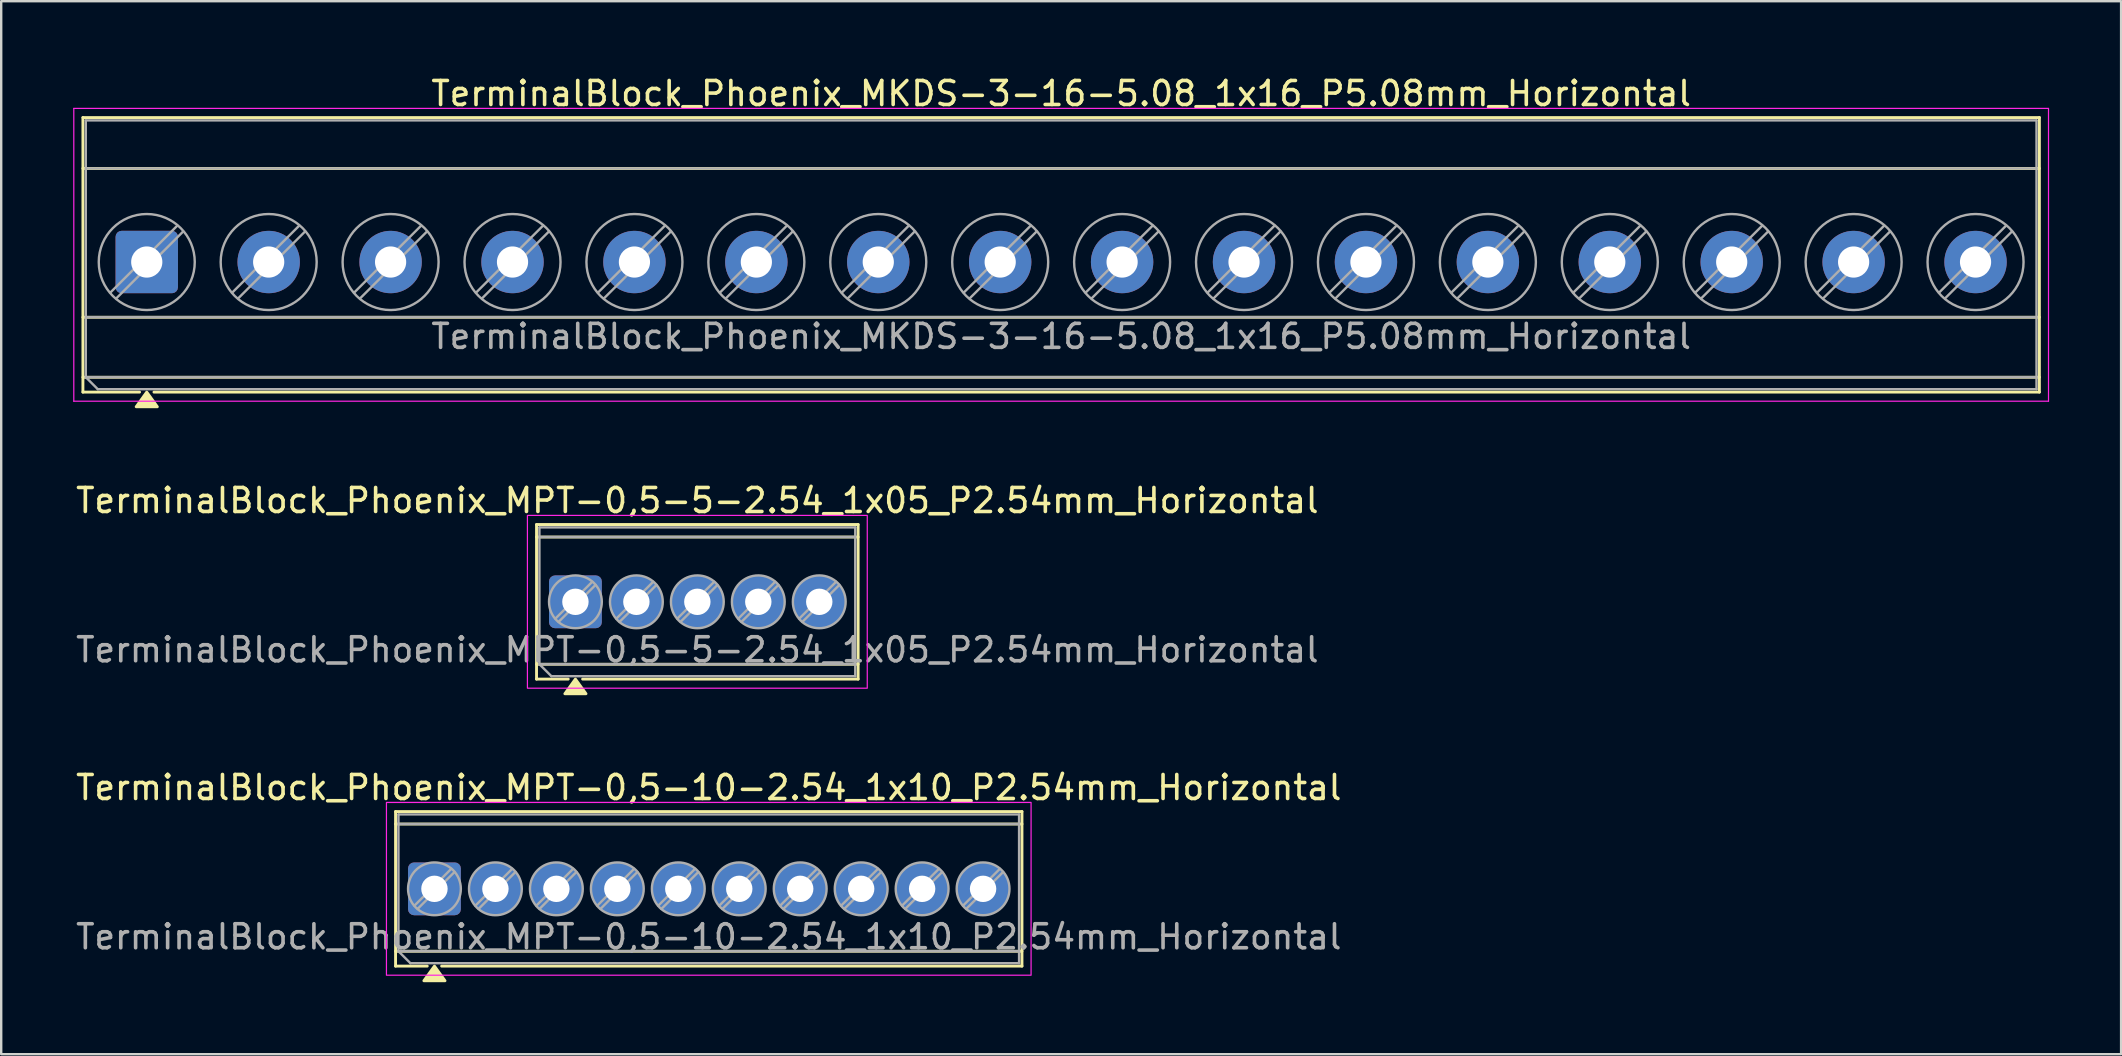
<source format=kicad_pcb>
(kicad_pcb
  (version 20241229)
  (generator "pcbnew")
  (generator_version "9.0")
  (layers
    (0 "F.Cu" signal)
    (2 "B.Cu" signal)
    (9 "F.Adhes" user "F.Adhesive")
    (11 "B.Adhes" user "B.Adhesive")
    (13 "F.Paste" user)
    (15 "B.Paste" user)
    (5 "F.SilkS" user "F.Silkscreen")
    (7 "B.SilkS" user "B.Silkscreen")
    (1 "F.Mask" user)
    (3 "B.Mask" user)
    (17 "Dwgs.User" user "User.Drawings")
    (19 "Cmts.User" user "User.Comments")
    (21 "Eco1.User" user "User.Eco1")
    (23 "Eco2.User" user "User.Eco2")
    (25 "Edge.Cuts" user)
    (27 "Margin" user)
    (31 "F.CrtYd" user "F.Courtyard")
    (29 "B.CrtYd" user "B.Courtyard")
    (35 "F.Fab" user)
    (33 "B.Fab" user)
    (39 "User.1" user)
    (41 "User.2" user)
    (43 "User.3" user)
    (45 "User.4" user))
  (footprint "TerminalBlock_Phoenix_MPT-0,5-5-2.54_1x05_P2.54mm_Horizontal"
    (layer "F.Cu")
    (at 20.926 22.026)
    (property "Reference" "TerminalBlock_Phoenix_MPT-0,5-5-2.54_1x05_P2.54mm_Horizontal" (at 5.08 -4.22 0) (layer "F.SilkS") (effects (font (size 1 1) (thickness 0.15))))
    (attr through_hole)
    (fp_line (start -1.62 -3.22) (end 11.78 -3.22) (stroke (width 0.12) (type solid)) (layer "F.SilkS"))
    (fp_line (start -1.62 -2.7) (end 11.78 -2.7) (stroke (width 0.12) (type solid)) (layer "F.SilkS"))
    (fp_line (start -1.62 2.6) (end 11.78 2.6) (stroke (width 0.12) (type solid)) (layer "F.SilkS"))
    (fp_line (start -1.62 3.22) (end -1.62 -3.22) (stroke (width 0.12) (type solid)) (layer "F.SilkS"))
    (fp_line (start -0.3 3.22) (end -1.62 3.22) (stroke (width 0.12) (type solid)) (layer "F.SilkS"))
    (fp_line (start 11.78 -3.22) (end 11.78 3.22) (stroke (width 0.12) (type solid)) (layer "F.SilkS"))
    (fp_line (start 11.78 3.22) (end 0.3 3.22) (stroke (width 0.12) (type solid)) (layer "F.SilkS"))
    (fp_poly (pts (xy 0 3.22) (xy 0.44 3.83) (xy -0.44 3.83)) (stroke (width 0.12) (type solid)) (fill yes) (layer "F.SilkS"))
    (fp_rect (start -2 -3.6) (end 12.16 3.6) (stroke (width 0.05) (type solid)) (fill no) (layer "F.CrtYd"))
    (fp_line (start -1.5 -3.1) (end 11.66 -3.1) (stroke (width 0.1) (type solid)) (layer "F.Fab"))
    (fp_line (start -1.5 -2.7) (end 11.66 -2.7) (stroke (width 0.1) (type solid)) (layer "F.Fab"))
    (fp_line (start -1.5 2.6) (end -1.5 -3.1) (stroke (width 0.1) (type solid)) (layer "F.Fab"))
    (fp_line (start -1.5 2.6) (end 11.66 2.6) (stroke (width 0.1) (type solid)) (layer "F.Fab"))
    (fp_line (start -1 3.1) (end -1.5 2.6) (stroke (width 0.1) (type solid)) (layer "F.Fab"))
    (fp_line (start 0.7 -0.834) (end -0.834 0.7) (stroke (width 0.1) (type solid)) (layer "F.Fab"))
    (fp_line (start 0.834 -0.7) (end -0.7 0.834) (stroke (width 0.1) (type solid)) (layer "F.Fab"))
    (fp_line (start 3.24 -0.834) (end 1.706 0.7) (stroke (width 0.1) (type solid)) (layer "F.Fab"))
    (fp_line (start 3.374 -0.7) (end 1.84 0.834) (stroke (width 0.1) (type solid)) (layer "F.Fab"))
    (fp_line (start 5.78 -0.834) (end 4.246 0.7) (stroke (width 0.1) (type solid)) (layer "F.Fab"))
    (fp_line (start 5.914 -0.7) (end 4.38 0.834) (stroke (width 0.1) (type solid)) (layer "F.Fab"))
    (fp_line (start 8.32 -0.834) (end 6.786 0.7) (stroke (width 0.1) (type solid)) (layer "F.Fab"))
    (fp_line (start 8.454 -0.7) (end 6.92 0.834) (stroke (width 0.1) (type solid)) (layer "F.Fab"))
    (fp_line (start 10.86 -0.834) (end 9.326 0.7) (stroke (width 0.1) (type solid)) (layer "F.Fab"))
    (fp_line (start 10.994 -0.7) (end 9.46 0.834) (stroke (width 0.1) (type solid)) (layer "F.Fab"))
    (fp_line (start 11.66 -3.1) (end 11.66 3.1) (stroke (width 0.1) (type solid)) (layer "F.Fab"))
    (fp_line (start 11.66 3.1) (end -1 3.1) (stroke (width 0.1) (type solid)) (layer "F.Fab"))
    (fp_circle (center 0 0) (end 1.1 0) (stroke (width 0.1) (type solid)) (fill no) (layer "F.Fab"))
    (fp_circle (center 2.54 0) (end 3.64 0) (stroke (width 0.1) (type solid)) (fill no) (layer "F.Fab"))
    (fp_circle (center 5.08 0) (end 6.18 0) (stroke (width 0.1) (type solid)) (fill no) (layer "F.Fab"))
    (fp_circle (center 7.62 0) (end 8.72 0) (stroke (width 0.1) (type solid)) (fill no) (layer "F.Fab"))
    (fp_circle (center 10.16 0) (end 11.26 0) (stroke (width 0.1) (type solid)) (fill no) (layer "F.Fab"))
    (fp_text user "${REFERENCE}" (at 5.08 2 0) (layer "F.Fab") (effects (font (size 1 1) (thickness 0.15))))
    (pad "1" thru_hole roundrect (at 0 0) (size 2.2 2.2) (drill 1.1) (layers "*.Cu" "*.Mask") (roundrect_rratio 0.114))
    (pad "2" thru_hole circle (at 2.54 0) (size 2.2 2.2) (drill 1.1) (layers "*.Cu" "*.Mask"))
    (pad "3" thru_hole circle (at 5.08 0) (size 2.2 2.2) (drill 1.1) (layers "*.Cu" "*.Mask"))
    (pad "4" thru_hole circle (at 7.62 0) (size 2.2 2.2) (drill 1.1) (layers "*.Cu" "*.Mask"))
    (pad "5" thru_hole circle (at 10.16 0) (size 2.2 2.2) (drill 1.1) (layers "*.Cu" "*.Mask")))
  (footprint "TerminalBlock_Phoenix_MPT-0,5-10-2.54_1x10_P2.54mm_Horizontal"
    (layer "F.Cu")
    (at 15.052 33.985)
    (property "Reference" "TerminalBlock_Phoenix_MPT-0,5-10-2.54_1x10_P2.54mm_Horizontal" (at 11.43 -4.22 0) (layer "F.SilkS") (effects (font (size 1 1) (thickness 0.15))))
    (attr through_hole)
    (fp_line (start -1.62 -3.22) (end 24.48 -3.22) (stroke (width 0.12) (type solid)) (layer "F.SilkS"))
    (fp_line (start -1.62 -2.7) (end 24.48 -2.7) (stroke (width 0.12) (type solid)) (layer "F.SilkS"))
    (fp_line (start -1.62 2.6) (end 24.48 2.6) (stroke (width 0.12) (type solid)) (layer "F.SilkS"))
    (fp_line (start -1.62 3.22) (end -1.62 -3.22) (stroke (width 0.12) (type solid)) (layer "F.SilkS"))
    (fp_line (start -0.3 3.22) (end -1.62 3.22) (stroke (width 0.12) (type solid)) (layer "F.SilkS"))
    (fp_line (start 24.48 -3.22) (end 24.48 3.22) (stroke (width 0.12) (type solid)) (layer "F.SilkS"))
    (fp_line (start 24.48 3.22) (end 0.3 3.22) (stroke (width 0.12) (type solid)) (layer "F.SilkS"))
    (fp_poly (pts (xy 0 3.22) (xy 0.44 3.83) (xy -0.44 3.83)) (stroke (width 0.12) (type solid)) (fill yes) (layer "F.SilkS"))
    (fp_rect (start -2 -3.6) (end 24.86 3.6) (stroke (width 0.05) (type solid)) (fill no) (layer "F.CrtYd"))
    (fp_line (start -1.5 -3.1) (end 24.36 -3.1) (stroke (width 0.1) (type solid)) (layer "F.Fab"))
    (fp_line (start -1.5 -2.7) (end 24.36 -2.7) (stroke (width 0.1) (type solid)) (layer "F.Fab"))
    (fp_line (start -1.5 2.6) (end -1.5 -3.1) (stroke (width 0.1) (type solid)) (layer "F.Fab"))
    (fp_line (start -1.5 2.6) (end 24.36 2.6) (stroke (width 0.1) (type solid)) (layer "F.Fab"))
    (fp_line (start -1 3.1) (end -1.5 2.6) (stroke (width 0.1) (type solid)) (layer "F.Fab"))
    (fp_line (start 0.7 -0.834) (end -0.834 0.7) (stroke (width 0.1) (type solid)) (layer "F.Fab"))
    (fp_line (start 0.834 -0.7) (end -0.7 0.834) (stroke (width 0.1) (type solid)) (layer "F.Fab"))
    (fp_line (start 3.24 -0.834) (end 1.706 0.7) (stroke (width 0.1) (type solid)) (layer "F.Fab"))
    (fp_line (start 3.374 -0.7) (end 1.84 0.834) (stroke (width 0.1) (type solid)) (layer "F.Fab"))
    (fp_line (start 5.78 -0.834) (end 4.246 0.7) (stroke (width 0.1) (type solid)) (layer "F.Fab"))
    (fp_line (start 5.914 -0.7) (end 4.38 0.834) (stroke (width 0.1) (type solid)) (layer "F.Fab"))
    (fp_line (start 8.32 -0.834) (end 6.786 0.7) (stroke (width 0.1) (type solid)) (layer "F.Fab"))
    (fp_line (start 8.454 -0.7) (end 6.92 0.834) (stroke (width 0.1) (type solid)) (layer "F.Fab"))
    (fp_line (start 10.86 -0.834) (end 9.326 0.7) (stroke (width 0.1) (type solid)) (layer "F.Fab"))
    (fp_line (start 10.994 -0.7) (end 9.46 0.834) (stroke (width 0.1) (type solid)) (layer "F.Fab"))
    (fp_line (start 13.4 -0.834) (end 11.866 0.7) (stroke (width 0.1) (type solid)) (layer "F.Fab"))
    (fp_line (start 13.534 -0.7) (end 12 0.834) (stroke (width 0.1) (type solid)) (layer "F.Fab"))
    (fp_line (start 15.94 -0.834) (end 14.406 0.7) (stroke (width 0.1) (type solid)) (layer "F.Fab"))
    (fp_line (start 16.074 -0.7) (end 14.54 0.834) (stroke (width 0.1) (type solid)) (layer "F.Fab"))
    (fp_line (start 18.48 -0.834) (end 16.946 0.7) (stroke (width 0.1) (type solid)) (layer "F.Fab"))
    (fp_line (start 18.614 -0.7) (end 17.08 0.834) (stroke (width 0.1) (type solid)) (layer "F.Fab"))
    (fp_line (start 21.02 -0.834) (end 19.486 0.7) (stroke (width 0.1) (type solid)) (layer "F.Fab"))
    (fp_line (start 21.154 -0.7) (end 19.62 0.834) (stroke (width 0.1) (type solid)) (layer "F.Fab"))
    (fp_line (start 23.56 -0.834) (end 22.026 0.7) (stroke (width 0.1) (type solid)) (layer "F.Fab"))
    (fp_line (start 23.694 -0.7) (end 22.16 0.834) (stroke (width 0.1) (type solid)) (layer "F.Fab"))
    (fp_line (start 24.36 -3.1) (end 24.36 3.1) (stroke (width 0.1) (type solid)) (layer "F.Fab"))
    (fp_line (start 24.36 3.1) (end -1 3.1) (stroke (width 0.1) (type solid)) (layer "F.Fab"))
    (fp_circle (center 0 0) (end 1.1 0) (stroke (width 0.1) (type solid)) (fill no) (layer "F.Fab"))
    (fp_circle (center 2.54 0) (end 3.64 0) (stroke (width 0.1) (type solid)) (fill no) (layer "F.Fab"))
    (fp_circle (center 5.08 0) (end 6.18 0) (stroke (width 0.1) (type solid)) (fill no) (layer "F.Fab"))
    (fp_circle (center 7.62 0) (end 8.72 0) (stroke (width 0.1) (type solid)) (fill no) (layer "F.Fab"))
    (fp_circle (center 10.16 0) (end 11.26 0) (stroke (width 0.1) (type solid)) (fill no) (layer "F.Fab"))
    (fp_circle (center 12.7 0) (end 13.8 0) (stroke (width 0.1) (type solid)) (fill no) (layer "F.Fab"))
    (fp_circle (center 15.24 0) (end 16.34 0) (stroke (width 0.1) (type solid)) (fill no) (layer "F.Fab"))
    (fp_circle (center 17.78 0) (end 18.88 0) (stroke (width 0.1) (type solid)) (fill no) (layer "F.Fab"))
    (fp_circle (center 20.32 0) (end 21.42 0) (stroke (width 0.1) (type solid)) (fill no) (layer "F.Fab"))
    (fp_circle (center 22.86 0) (end 23.96 0) (stroke (width 0.1) (type solid)) (fill no) (layer "F.Fab"))
    (fp_text user "${REFERENCE}" (at 11.43 2 0) (layer "F.Fab") (effects (font (size 1 1) (thickness 0.15))))
    (pad "1" thru_hole roundrect (at 0 0) (size 2.2 2.2) (drill 1.1) (layers "*.Cu" "*.Mask") (roundrect_rratio 0.114))
    (pad "2" thru_hole circle (at 2.54 0) (size 2.2 2.2) (drill 1.1) (layers "*.Cu" "*.Mask"))
    (pad "3" thru_hole circle (at 5.08 0) (size 2.2 2.2) (drill 1.1) (layers "*.Cu" "*.Mask"))
    (pad "4" thru_hole circle (at 7.62 0) (size 2.2 2.2) (drill 1.1) (layers "*.Cu" "*.Mask"))
    (pad "5" thru_hole circle (at 10.16 0) (size 2.2 2.2) (drill 1.1) (layers "*.Cu" "*.Mask"))
    (pad "6" thru_hole circle (at 12.7 0) (size 2.2 2.2) (drill 1.1) (layers "*.Cu" "*.Mask"))
    (pad "7" thru_hole circle (at 15.24 0) (size 2.2 2.2) (drill 1.1) (layers "*.Cu" "*.Mask"))
    (pad "8" thru_hole circle (at 17.78 0) (size 2.2 2.2) (drill 1.1) (layers "*.Cu" "*.Mask"))
    (pad "9" thru_hole circle (at 20.32 0) (size 2.2 2.2) (drill 1.1) (layers "*.Cu" "*.Mask"))
    (pad "10" thru_hole circle (at 22.86 0) (size 2.2 2.2) (drill 1.1) (layers "*.Cu" "*.Mask")))
  (footprint "TerminalBlock_Phoenix_MKDS-3-16-5.08_1x16_P5.08mm_Horizontal"
    (layer "F.Cu")
    (at 3.065 7.868)
    (property "Reference" "TerminalBlock_Phoenix_MKDS-3-16-5.08_1x16_P5.08mm_Horizontal" (at 38.1 -7.02 0) (layer "F.SilkS") (effects (font (size 1 1) (thickness 0.15))))
    (attr through_hole)
    (fp_line (start -2.66 -6.02) (end -2.66 5.42) (stroke (width 0.12) (type solid)) (layer "F.SilkS"))
    (fp_line (start -2.66 -6.02) (end 78.86 -6.02) (stroke (width 0.12) (type solid)) (layer "F.SilkS"))
    (fp_line (start -2.66 -3.9) (end 78.86 -3.9) (stroke (width 0.12) (type solid)) (layer "F.SilkS"))
    (fp_line (start -2.66 2.3) (end 78.86 2.3) (stroke (width 0.12) (type solid)) (layer "F.SilkS"))
    (fp_line (start -2.66 4.8) (end 78.86 4.8) (stroke (width 0.12) (type solid)) (layer "F.SilkS"))
    (fp_line (start -2.66 5.42) (end -0.3 5.42) (stroke (width 0.12) (type solid)) (layer "F.SilkS"))
    (fp_line (start 0.3 5.42) (end 78.86 5.42) (stroke (width 0.12) (type solid)) (layer "F.SilkS"))
    (fp_line (start 78.86 -6.02) (end 78.86 5.42) (stroke (width 0.12) (type solid)) (layer "F.SilkS"))
    (fp_poly (pts (xy 0 5.42) (xy 0.44 6.03) (xy -0.44 6.03)) (stroke (width 0.12) (type solid)) (fill yes) (layer "F.SilkS"))
    (fp_line (start -3.04 -6.4) (end -3.04 5.8) (stroke (width 0.05) (type solid)) (layer "F.CrtYd"))
    (fp_line (start -3.04 5.8) (end 79.24 5.8) (stroke (width 0.05) (type solid)) (layer "F.CrtYd"))
    (fp_line (start 79.24 -6.4) (end -3.04 -6.4) (stroke (width 0.05) (type solid)) (layer "F.CrtYd"))
    (fp_line (start 79.24 5.8) (end 79.24 -6.4) (stroke (width 0.05) (type solid)) (layer "F.CrtYd"))
    (fp_line (start -2.54 -5.9) (end 78.74 -5.9) (stroke (width 0.1) (type solid)) (layer "F.Fab"))
    (fp_line (start -2.54 -3.9) (end 78.74 -3.9) (stroke (width 0.1) (type solid)) (layer "F.Fab"))
    (fp_line (start -2.54 2.3) (end 78.74 2.3) (stroke (width 0.1) (type solid)) (layer "F.Fab"))
    (fp_line (start -2.54 4.8) (end -2.54 -5.9) (stroke (width 0.1) (type solid)) (layer "F.Fab"))
    (fp_line (start -2.54 4.8) (end 78.74 4.8) (stroke (width 0.1) (type solid)) (layer "F.Fab"))
    (fp_line (start -2.04 5.3) (end -2.54 4.8) (stroke (width 0.1) (type solid)) (layer "F.Fab"))
    (fp_line (start 1.273 -1.517) (end -1.517 1.272) (stroke (width 0.1) (type solid)) (layer "F.Fab"))
    (fp_line (start 1.517 -1.273) (end -1.273 1.517) (stroke (width 0.1) (type solid)) (layer "F.Fab"))
    (fp_line (start 6.353 -1.517) (end 3.563 1.272) (stroke (width 0.1) (type solid)) (layer "F.Fab"))
    (fp_line (start 6.597 -1.273) (end 3.807 1.517) (stroke (width 0.1) (type solid)) (layer "F.Fab"))
    (fp_line (start 11.433 -1.517) (end 8.643 1.272) (stroke (width 0.1) (type solid)) (layer "F.Fab"))
    (fp_line (start 11.677 -1.273) (end 8.887 1.517) (stroke (width 0.1) (type solid)) (layer "F.Fab"))
    (fp_line (start 16.513 -1.517) (end 13.723 1.272) (stroke (width 0.1) (type solid)) (layer "F.Fab"))
    (fp_line (start 16.757 -1.273) (end 13.967 1.517) (stroke (width 0.1) (type solid)) (layer "F.Fab"))
    (fp_line (start 21.593 -1.517) (end 18.803 1.272) (stroke (width 0.1) (type solid)) (layer "F.Fab"))
    (fp_line (start 21.837 -1.273) (end 19.047 1.517) (stroke (width 0.1) (type solid)) (layer "F.Fab"))
    (fp_line (start 26.673 -1.517) (end 23.883 1.272) (stroke (width 0.1) (type solid)) (layer "F.Fab"))
    (fp_line (start 26.917 -1.273) (end 24.127 1.517) (stroke (width 0.1) (type solid)) (layer "F.Fab"))
    (fp_line (start 31.753 -1.517) (end 28.963 1.272) (stroke (width 0.1) (type solid)) (layer "F.Fab"))
    (fp_line (start 31.997 -1.273) (end 29.207 1.517) (stroke (width 0.1) (type solid)) (layer "F.Fab"))
    (fp_line (start 36.833 -1.517) (end 34.043 1.272) (stroke (width 0.1) (type solid)) (layer "F.Fab"))
    (fp_line (start 37.077 -1.273) (end 34.287 1.517) (stroke (width 0.1) (type solid)) (layer "F.Fab"))
    (fp_line (start 41.913 -1.517) (end 39.123 1.272) (stroke (width 0.1) (type solid)) (layer "F.Fab"))
    (fp_line (start 42.157 -1.273) (end 39.367 1.517) (stroke (width 0.1) (type solid)) (layer "F.Fab"))
    (fp_line (start 46.993 -1.517) (end 44.203 1.272) (stroke (width 0.1) (type solid)) (layer "F.Fab"))
    (fp_line (start 47.237 -1.273) (end 44.447 1.517) (stroke (width 0.1) (type solid)) (layer "F.Fab"))
    (fp_line (start 52.073 -1.517) (end 49.283 1.272) (stroke (width 0.1) (type solid)) (layer "F.Fab"))
    (fp_line (start 52.317 -1.273) (end 49.527 1.517) (stroke (width 0.1) (type solid)) (layer "F.Fab"))
    (fp_line (start 57.153 -1.517) (end 54.363 1.272) (stroke (width 0.1) (type solid)) (layer "F.Fab"))
    (fp_line (start 57.397 -1.273) (end 54.607 1.517) (stroke (width 0.1) (type solid)) (layer "F.Fab"))
    (fp_line (start 62.233 -1.517) (end 59.443 1.272) (stroke (width 0.1) (type solid)) (layer "F.Fab"))
    (fp_line (start 62.477 -1.273) (end 59.687 1.517) (stroke (width 0.1) (type solid)) (layer "F.Fab"))
    (fp_line (start 67.313 -1.517) (end 64.523 1.272) (stroke (width 0.1) (type solid)) (layer "F.Fab"))
    (fp_line (start 67.557 -1.273) (end 64.767 1.517) (stroke (width 0.1) (type solid)) (layer "F.Fab"))
    (fp_line (start 72.393 -1.517) (end 69.603 1.272) (stroke (width 0.1) (type solid)) (layer "F.Fab"))
    (fp_line (start 72.637 -1.273) (end 69.847 1.517) (stroke (width 0.1) (type solid)) (layer "F.Fab"))
    (fp_line (start 77.473 -1.517) (end 74.683 1.272) (stroke (width 0.1) (type solid)) (layer "F.Fab"))
    (fp_line (start 77.717 -1.273) (end 74.927 1.517) (stroke (width 0.1) (type solid)) (layer "F.Fab"))
    (fp_line (start 78.74 -5.9) (end 78.74 5.3) (stroke (width 0.1) (type solid)) (layer "F.Fab"))
    (fp_line (start 78.74 5.3) (end -2.04 5.3) (stroke (width 0.1) (type solid)) (layer "F.Fab"))
    (fp_circle (center 0 0) (end 2 0) (stroke (width 0.1) (type solid)) (fill no) (layer "F.Fab"))
    (fp_circle (center 5.08 0) (end 7.08 0) (stroke (width 0.1) (type solid)) (fill no) (layer "F.Fab"))
    (fp_circle (center 10.16 0) (end 12.16 0) (stroke (width 0.1) (type solid)) (fill no) (layer "F.Fab"))
    (fp_circle (center 15.24 0) (end 17.24 0) (stroke (width 0.1) (type solid)) (fill no) (layer "F.Fab"))
    (fp_circle (center 20.32 0) (end 22.32 0) (stroke (width 0.1) (type solid)) (fill no) (layer "F.Fab"))
    (fp_circle (center 25.4 0) (end 27.4 0) (stroke (width 0.1) (type solid)) (fill no) (layer "F.Fab"))
    (fp_circle (center 30.48 0) (end 32.48 0) (stroke (width 0.1) (type solid)) (fill no) (layer "F.Fab"))
    (fp_circle (center 35.56 0) (end 37.56 0) (stroke (width 0.1) (type solid)) (fill no) (layer "F.Fab"))
    (fp_circle (center 40.64 0) (end 42.64 0) (stroke (width 0.1) (type solid)) (fill no) (layer "F.Fab"))
    (fp_circle (center 45.72 0) (end 47.72 0) (stroke (width 0.1) (type solid)) (fill no) (layer "F.Fab"))
    (fp_circle (center 50.8 0) (end 52.8 0) (stroke (width 0.1) (type solid)) (fill no) (layer "F.Fab"))
    (fp_circle (center 55.88 0) (end 57.88 0) (stroke (width 0.1) (type solid)) (fill no) (layer "F.Fab"))
    (fp_circle (center 60.96 0) (end 62.96 0) (stroke (width 0.1) (type solid)) (fill no) (layer "F.Fab"))
    (fp_circle (center 66.04 0) (end 68.04 0) (stroke (width 0.1) (type solid)) (fill no) (layer "F.Fab"))
    (fp_circle (center 71.12 0) (end 73.12 0) (stroke (width 0.1) (type solid)) (fill no) (layer "F.Fab"))
    (fp_circle (center 76.2 0) (end 78.2 0) (stroke (width 0.1) (type solid)) (fill no) (layer "F.Fab"))
    (fp_text user "${REFERENCE}" (at 38.1 3.1 0) (layer "F.Fab") (effects (font (size 1 1) (thickness 0.15))))
    (pad "1" thru_hole roundrect (at 0 0) (size 2.6 2.6) (drill 1.3) (layers "*.Cu" "*.Mask") (roundrect_rratio 0.096))
    (pad "2" thru_hole circle (at 5.08 0) (size 2.6 2.6) (drill 1.3) (layers "*.Cu" "*.Mask"))
    (pad "3" thru_hole circle (at 10.16 0) (size 2.6 2.6) (drill 1.3) (layers "*.Cu" "*.Mask"))
    (pad "4" thru_hole circle (at 15.24 0) (size 2.6 2.6) (drill 1.3) (layers "*.Cu" "*.Mask"))
    (pad "5" thru_hole circle (at 20.32 0) (size 2.6 2.6) (drill 1.3) (layers "*.Cu" "*.Mask"))
    (pad "6" thru_hole circle (at 25.4 0) (size 2.6 2.6) (drill 1.3) (layers "*.Cu" "*.Mask"))
    (pad "7" thru_hole circle (at 30.48 0) (size 2.6 2.6) (drill 1.3) (layers "*.Cu" "*.Mask"))
    (pad "8" thru_hole circle (at 35.56 0) (size 2.6 2.6) (drill 1.3) (layers "*.Cu" "*.Mask"))
    (pad "9" thru_hole circle (at 40.64 0) (size 2.6 2.6) (drill 1.3) (layers "*.Cu" "*.Mask"))
    (pad "10" thru_hole circle (at 45.72 0) (size 2.6 2.6) (drill 1.3) (layers "*.Cu" "*.Mask"))
    (pad "11" thru_hole circle (at 50.8 0) (size 2.6 2.6) (drill 1.3) (layers "*.Cu" "*.Mask"))
    (pad "12" thru_hole circle (at 55.88 0) (size 2.6 2.6) (drill 1.3) (layers "*.Cu" "*.Mask"))
    (pad "13" thru_hole circle (at 60.96 0) (size 2.6 2.6) (drill 1.3) (layers "*.Cu" "*.Mask"))
    (pad "14" thru_hole circle (at 66.04 0) (size 2.6 2.6) (drill 1.3) (layers "*.Cu" "*.Mask"))
    (pad "15" thru_hole circle (at 71.12 0) (size 2.6 2.6) (drill 1.3) (layers "*.Cu" "*.Mask"))
    (pad "16" thru_hole circle (at 76.2 0) (size 2.6 2.6) (drill 1.3) (layers "*.Cu" "*.Mask")))
  (gr_rect
    (start -3 -3)
    (end 85.33 40.875)
    (stroke (width 0.1) (type default))
    (fill no)
    (layer "Edge.Cuts")))
</source>
